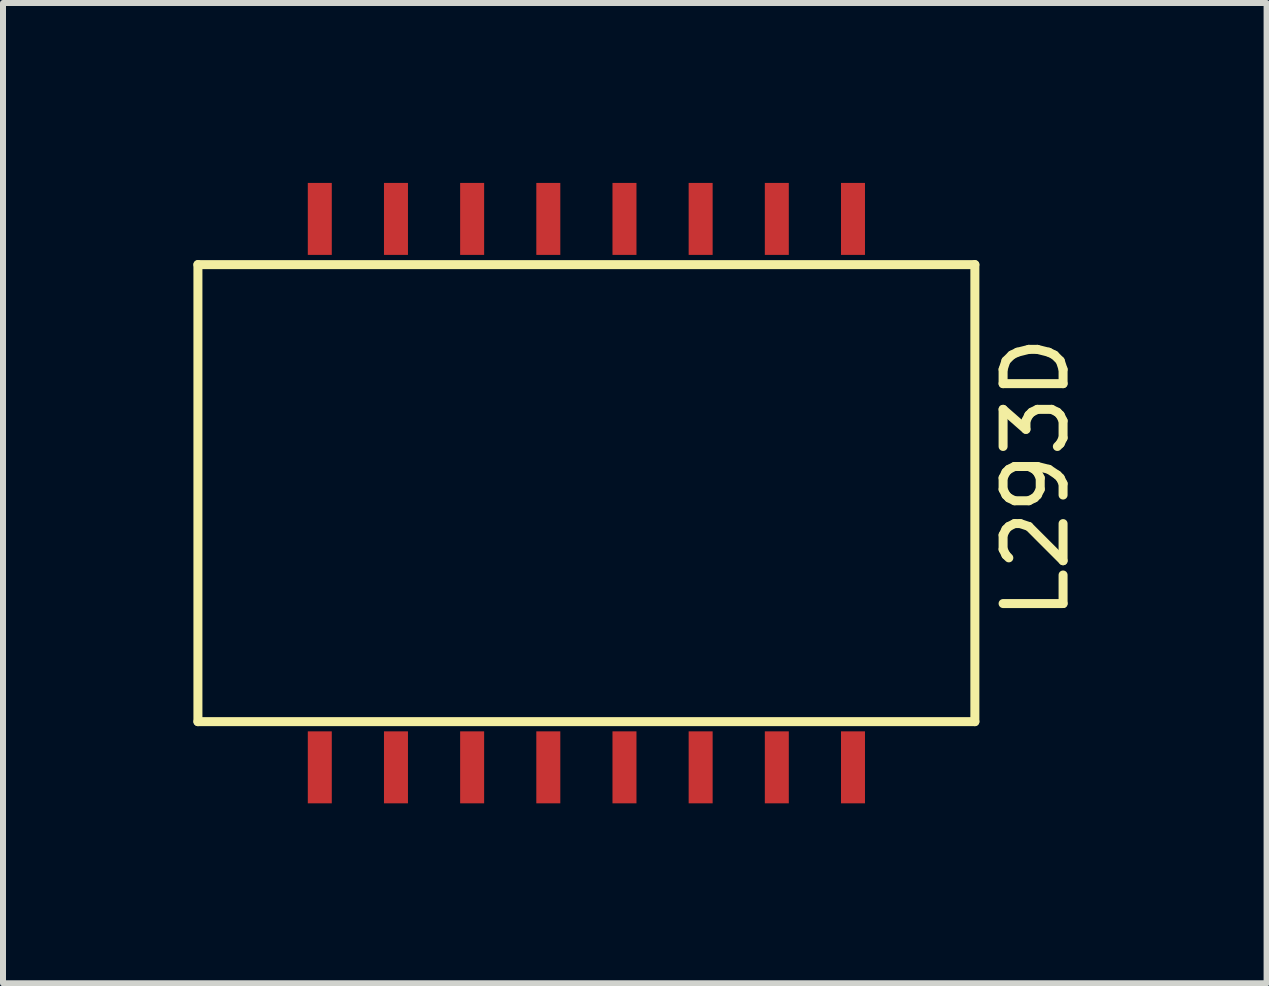
<source format=kicad_pcb>
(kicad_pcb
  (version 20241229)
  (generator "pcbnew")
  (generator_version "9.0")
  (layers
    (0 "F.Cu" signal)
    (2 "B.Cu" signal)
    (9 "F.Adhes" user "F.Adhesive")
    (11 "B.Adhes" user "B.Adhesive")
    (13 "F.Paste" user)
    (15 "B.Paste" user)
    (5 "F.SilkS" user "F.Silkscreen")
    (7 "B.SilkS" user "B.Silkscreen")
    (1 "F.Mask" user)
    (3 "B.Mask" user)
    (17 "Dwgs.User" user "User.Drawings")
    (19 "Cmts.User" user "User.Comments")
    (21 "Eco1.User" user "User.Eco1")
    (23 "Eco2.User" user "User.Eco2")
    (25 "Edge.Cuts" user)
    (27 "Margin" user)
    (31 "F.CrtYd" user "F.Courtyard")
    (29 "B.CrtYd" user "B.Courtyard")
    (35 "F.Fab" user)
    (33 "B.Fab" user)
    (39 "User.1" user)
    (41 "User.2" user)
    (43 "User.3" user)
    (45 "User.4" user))
  (footprint "L293D"
    (layer "F.Cu")
    (at 0.25 8.982)
    (property "Reference" "L293D" (at 13.97 -4.064 90) (layer "F.SilkS") (effects (font (size 1 1) (thickness 0.15))))
    (attr through_hole)
    (fp_line (start 0 -7.62) (end 0 0) (stroke (width 0.15) (type solid)) (layer "F.SilkS"))
    (fp_line (start 0 0) (end 12.954 0) (stroke (width 0.15) (type solid)) (layer "F.SilkS"))
    (fp_line (start 12.954 -7.62) (end 0 -7.62) (stroke (width 0.15) (type solid)) (layer "F.SilkS"))
    (fp_line (start 12.954 0) (end 12.954 -7.62) (stroke (width 0.15) (type solid)) (layer "F.SilkS"))
    (pad "1" smd rect (at 10.922 -8.382) (size 0.4 1.2) (layers "F.Cu" "F.Mask" "F.Paste"))
    (pad "2" smd rect (at 9.652 -8.382) (size 0.4 1.2) (layers "F.Cu" "F.Mask" "F.Paste"))
    (pad "3" smd rect (at 8.382 -8.382) (size 0.4 1.2) (layers "F.Cu" "F.Mask" "F.Paste"))
    (pad "4" smd rect (at 7.112 -8.382) (size 0.4 1.2) (layers "F.Cu" "F.Mask" "F.Paste"))
    (pad "5" smd rect (at 5.842 -8.382) (size 0.4 1.2) (layers "F.Cu" "F.Mask" "F.Paste"))
    (pad "6" smd rect (at 4.572 -8.382) (size 0.4 1.2) (layers "F.Cu" "F.Mask" "F.Paste"))
    (pad "7" smd rect (at 3.302 -8.382) (size 0.4 1.2) (layers "F.Cu" "F.Mask" "F.Paste"))
    (pad "8" smd rect (at 2.032 -8.382) (size 0.4 1.2) (layers "F.Cu" "F.Mask" "F.Paste"))
    (pad "9" smd rect (at 2.032 0.762) (size 0.4 1.2) (layers "F.Cu" "F.Mask" "F.Paste"))
    (pad "10" smd rect (at 3.302 0.762) (size 0.4 1.2) (layers "F.Cu" "F.Mask" "F.Paste"))
    (pad "11" smd rect (at 4.572 0.762) (size 0.4 1.2) (layers "F.Cu" "F.Mask" "F.Paste"))
    (pad "12" smd rect (at 5.842 0.762) (size 0.4 1.2) (layers "F.Cu" "F.Mask" "F.Paste"))
    (pad "13" smd rect (at 7.112 0.762) (size 0.4 1.2) (layers "F.Cu" "F.Mask" "F.Paste"))
    (pad "14" smd rect (at 8.382 0.762) (size 0.4 1.2) (layers "F.Cu" "F.Mask" "F.Paste"))
    (pad "15" smd rect (at 9.652 0.762) (size 0.4 1.2) (layers "F.Cu" "F.Mask" "F.Paste"))
    (pad "16" smd rect (at 10.922 0.762) (size 0.4 1.2) (layers "F.Cu" "F.Mask" "F.Paste")))
  (gr_rect
    (start -3 -3)
    (end 18.068 13.344)
    (stroke (width 0.1) (type default))
    (fill no)
    (layer "Edge.Cuts")))
</source>
